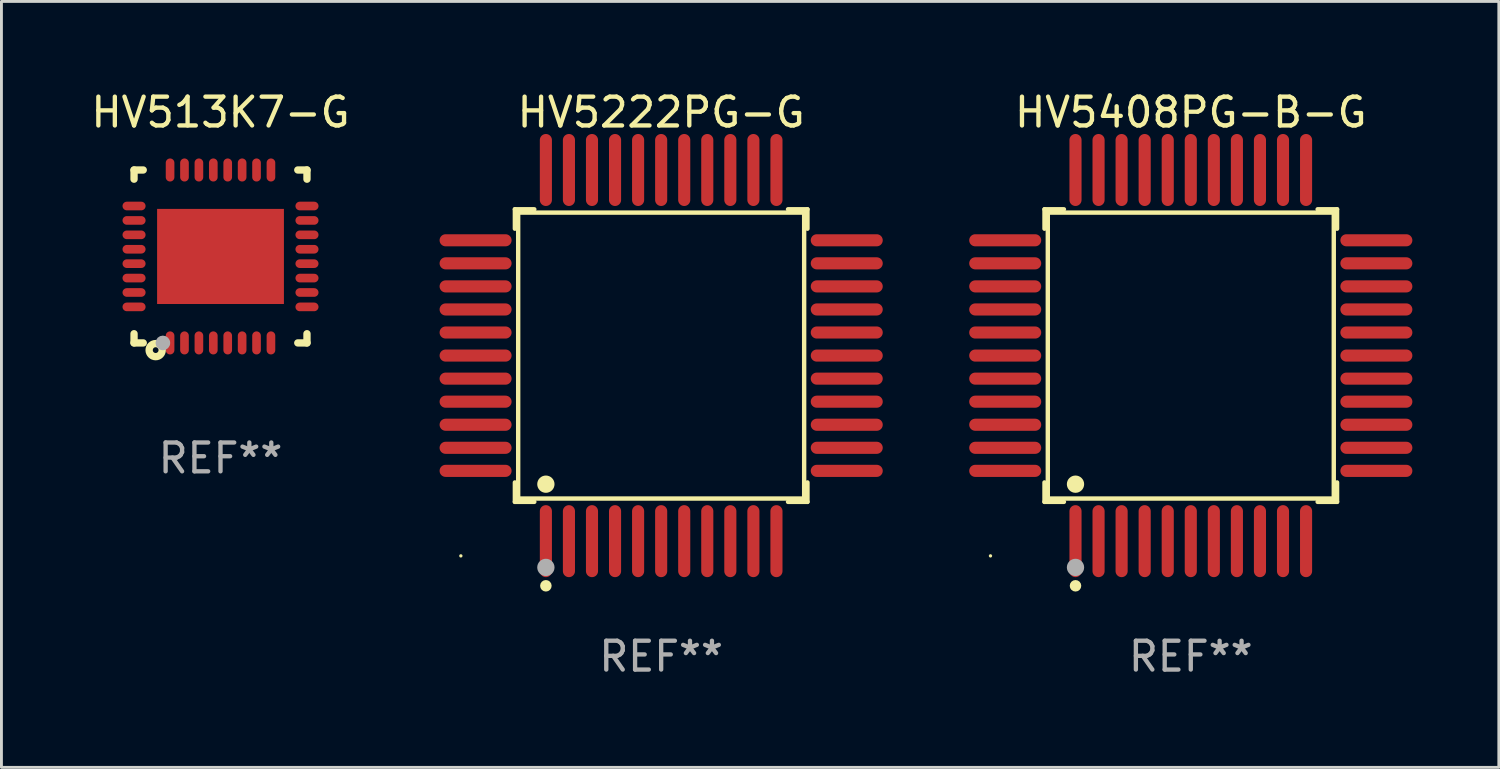
<source format=kicad_pcb>
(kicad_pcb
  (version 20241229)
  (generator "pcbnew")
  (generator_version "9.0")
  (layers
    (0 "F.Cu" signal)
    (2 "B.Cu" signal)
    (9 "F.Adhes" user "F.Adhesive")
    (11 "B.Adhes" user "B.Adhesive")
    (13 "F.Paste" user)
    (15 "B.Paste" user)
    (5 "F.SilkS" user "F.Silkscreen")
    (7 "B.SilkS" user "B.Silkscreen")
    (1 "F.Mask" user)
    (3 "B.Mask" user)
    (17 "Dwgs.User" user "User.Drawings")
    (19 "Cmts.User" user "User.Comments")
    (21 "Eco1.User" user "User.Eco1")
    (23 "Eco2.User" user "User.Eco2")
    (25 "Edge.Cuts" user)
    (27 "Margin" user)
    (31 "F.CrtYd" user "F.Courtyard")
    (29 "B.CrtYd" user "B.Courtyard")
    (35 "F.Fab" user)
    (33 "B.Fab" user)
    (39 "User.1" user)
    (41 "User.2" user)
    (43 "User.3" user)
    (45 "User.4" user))
  (footprint "HV513K7-G"
    (layer "F.Cu")
    (at 4.601 5.848)
    (property "Reference" "HV513K7-G" (at 0 -5 0) (layer "F.SilkS") (effects (font (size 1 1) (thickness 0.15))))
    (attr through_hole)
    (fp_line (start -3 -3) (end -3 -2.681) (stroke (width 0.254) (type solid)) (layer "F.SilkS"))
    (fp_line (start -3 -3) (end -2.681 -3) (stroke (width 0.254) (type solid)) (layer "F.SilkS"))
    (fp_line (start -3 2.681) (end -3 3) (stroke (width 0.254) (type solid)) (layer "F.SilkS"))
    (fp_line (start -3 3) (end -2.681 3) (stroke (width 0.254) (type solid)) (layer "F.SilkS"))
    (fp_line (start 2.681 -3) (end 3 -3) (stroke (width 0.254) (type solid)) (layer "F.SilkS"))
    (fp_line (start 2.681 3) (end 3 3) (stroke (width 0.254) (type solid)) (layer "F.SilkS"))
    (fp_line (start 3 -3) (end 3 -2.681) (stroke (width 0.254) (type solid)) (layer "F.SilkS"))
    (fp_line (start 3 2.681) (end 3 3) (stroke (width 0.254) (type solid)) (layer "F.SilkS"))
    (fp_circle (center -3 3) (end -2.97 3) (stroke (width 0.06) (type solid)) (fill no) (layer "F.SilkS"))
    (fp_circle (center -2.25 3.25) (end -2.15 3.25) (stroke (width 0.254) (type solid)) (fill no) (layer "F.SilkS"))
    (fp_circle (center -2 3) (end -1.873 3) (stroke (width 0.254) (type solid)) (fill no) (layer "F.Fab"))
    (fp_text user "REF**" (at 0 7 0) (layer "F.Fab") (effects (font (size 1 1) (thickness 0.15))))
    (pad "1" smd oval (at -1.75 3 180) (size 0.3 0.8) (layers "F.Cu" "F.Mask" "F.Paste"))
    (pad "2" smd oval (at -1.25 3 180) (size 0.3 0.8) (layers "F.Cu" "F.Mask" "F.Paste"))
    (pad "3" smd oval (at -0.75 3 180) (size 0.3 0.8) (layers "F.Cu" "F.Mask" "F.Paste"))
    (pad "4" smd oval (at -0.25 3 180) (size 0.3 0.8) (layers "F.Cu" "F.Mask" "F.Paste"))
    (pad "5" smd oval (at 0.25 3 180) (size 0.3 0.8) (layers "F.Cu" "F.Mask" "F.Paste"))
    (pad "6" smd oval (at 0.75 3 180) (size 0.3 0.8) (layers "F.Cu" "F.Mask" "F.Paste"))
    (pad "7" smd oval (at 1.25 3 180) (size 0.3 0.8) (layers "F.Cu" "F.Mask" "F.Paste"))
    (pad "8" smd oval (at 1.75 3 180) (size 0.3 0.8) (layers "F.Cu" "F.Mask" "F.Paste"))
    (pad "9" smd oval (at 3 1.75 90) (size 0.3 0.8) (layers "F.Cu" "F.Mask" "F.Paste"))
    (pad "10" smd oval (at 3 1.25 90) (size 0.3 0.8) (layers "F.Cu" "F.Mask" "F.Paste"))
    (pad "11" smd oval (at 3 0.75 90) (size 0.3 0.8) (layers "F.Cu" "F.Mask" "F.Paste"))
    (pad "12" smd oval (at 3 0.25 90) (size 0.3 0.8) (layers "F.Cu" "F.Mask" "F.Paste"))
    (pad "13" smd oval (at 3 -0.25 90) (size 0.3 0.8) (layers "F.Cu" "F.Mask" "F.Paste"))
    (pad "14" smd oval (at 3 -0.75 90) (size 0.3 0.8) (layers "F.Cu" "F.Mask" "F.Paste"))
    (pad "15" smd oval (at 3 -1.25 90) (size 0.3 0.8) (layers "F.Cu" "F.Mask" "F.Paste"))
    (pad "16" smd oval (at 3 -1.75 90) (size 0.3 0.8) (layers "F.Cu" "F.Mask" "F.Paste"))
    (pad "17" smd oval (at 1.75 -3 180) (size 0.3 0.8) (layers "F.Cu" "F.Mask" "F.Paste"))
    (pad "18" smd oval (at 1.25 -3 180) (size 0.3 0.8) (layers "F.Cu" "F.Mask" "F.Paste"))
    (pad "19" smd oval (at 0.75 -3 180) (size 0.3 0.8) (layers "F.Cu" "F.Mask" "F.Paste"))
    (pad "20" smd oval (at 0.25 -3 180) (size 0.3 0.8) (layers "F.Cu" "F.Mask" "F.Paste"))
    (pad "21" smd oval (at -0.25 -3 180) (size 0.3 0.8) (layers "F.Cu" "F.Mask" "F.Paste"))
    (pad "22" smd oval (at -0.75 -3 180) (size 0.3 0.8) (layers "F.Cu" "F.Mask" "F.Paste"))
    (pad "23" smd oval (at -1.25 -3 180) (size 0.3 0.8) (layers "F.Cu" "F.Mask" "F.Paste"))
    (pad "24" smd oval (at -1.75 -3 180) (size 0.3 0.8) (layers "F.Cu" "F.Mask" "F.Paste"))
    (pad "25" smd oval (at -3 -1.75 90) (size 0.3 0.8) (layers "F.Cu" "F.Mask" "F.Paste"))
    (pad "26" smd oval (at -3 -1.25 90) (size 0.3 0.8) (layers "F.Cu" "F.Mask" "F.Paste"))
    (pad "27" smd oval (at -3 -0.75 90) (size 0.3 0.8) (layers "F.Cu" "F.Mask" "F.Paste"))
    (pad "28" smd oval (at -3 -0.25 90) (size 0.3 0.8) (layers "F.Cu" "F.Mask" "F.Paste"))
    (pad "29" smd oval (at -3 0.25 90) (size 0.3 0.8) (layers "F.Cu" "F.Mask" "F.Paste"))
    (pad "30" smd oval (at -3 0.75 90) (size 0.3 0.8) (layers "F.Cu" "F.Mask" "F.Paste"))
    (pad "31" smd oval (at -3 1.25 90) (size 0.3 0.8) (layers "F.Cu" "F.Mask" "F.Paste"))
    (pad "32" smd oval (at -3 1.75 90) (size 0.3 0.8) (layers "F.Cu" "F.Mask" "F.Paste"))
    (pad "33" smd rect (at 0.000038 0.000038 90) (size 3.3 4.4) (layers "F.Cu" "F.Mask" "F.Paste")))
  (footprint "HV5408PG-B-G"
    (layer "F.Cu")
    (at 38.266 9.287)
    (property "Reference" "HV5408PG-B-G" (at 0 -8.439 0) (layer "F.SilkS") (effects (font (size 1 1) (thickness 0.15))))
    (attr through_hole)
    (fp_line (start -5.076 -5.076) (end -4.401 -5.076) (stroke (width 0.152) (type solid)) (layer "F.SilkS"))
    (fp_line (start -5.076 -4.401) (end -5.076 -5.076) (stroke (width 0.152) (type solid)) (layer "F.SilkS"))
    (fp_line (start -5.076 4.401) (end -5.076 5.076) (stroke (width 0.152) (type solid)) (layer "F.SilkS"))
    (fp_line (start -5.076 5.076) (end -4.401 5.076) (stroke (width 0.152) (type solid)) (layer "F.SilkS"))
    (fp_line (start -4.961 -4.961) (end 4.961 -4.961) (stroke (width 0.152) (type solid)) (layer "F.SilkS"))
    (fp_line (start -4.961 4.961) (end -4.961 -4.961) (stroke (width 0.152) (type solid)) (layer "F.SilkS"))
    (fp_line (start 4.961 -4.961) (end 4.961 4.961) (stroke (width 0.152) (type solid)) (layer "F.SilkS"))
    (fp_line (start 4.961 4.961) (end -4.961 4.961) (stroke (width 0.152) (type solid)) (layer "F.SilkS"))
    (fp_line (start 5.076 -5.076) (end 4.401 -5.076) (stroke (width 0.152) (type solid)) (layer "F.SilkS"))
    (fp_line (start 5.076 -4.401) (end 5.076 -5.076) (stroke (width 0.152) (type solid)) (layer "F.SilkS"))
    (fp_line (start 5.076 4.401) (end 5.076 5.076) (stroke (width 0.152) (type solid)) (layer "F.SilkS"))
    (fp_line (start 5.076 5.076) (end 4.401 5.076) (stroke (width 0.152) (type solid)) (layer "F.SilkS"))
    (fp_circle (center -6.95 6.95) (end -6.92 6.95) (stroke (width 0.06) (type solid)) (fill no) (layer "F.SilkS"))
    (fp_circle (center -4 4.462) (end -3.85 4.462) (stroke (width 0.3) (type solid)) (fill no) (layer "F.SilkS"))
    (fp_circle (center -4 7.988) (end -3.9 7.988) (stroke (width 0.2) (type solid)) (fill no) (layer "F.SilkS"))
    (fp_circle (center -4 7.35) (end -3.85 7.35) (stroke (width 0.3) (type solid)) (fill no) (layer "F.Fab"))
    (fp_text user "REF**" (at 0 10.439 0) (layer "F.Fab") (effects (font (size 1 1) (thickness 0.15))))
    (pad "1" smd oval (at -4 6.439) (size 0.42 2.498) (layers "F.Cu" "F.Mask" "F.Paste"))
    (pad "2" smd oval (at -3.2 6.439) (size 0.42 2.498) (layers "F.Cu" "F.Mask" "F.Paste"))
    (pad "3" smd oval (at -2.4 6.439) (size 0.42 2.498) (layers "F.Cu" "F.Mask" "F.Paste"))
    (pad "4" smd oval (at -1.6 6.439) (size 0.42 2.498) (layers "F.Cu" "F.Mask" "F.Paste"))
    (pad "5" smd oval (at -0.8 6.439) (size 0.42 2.498) (layers "F.Cu" "F.Mask" "F.Paste"))
    (pad "6" smd oval (at 0 6.439) (size 0.42 2.498) (layers "F.Cu" "F.Mask" "F.Paste"))
    (pad "7" smd oval (at 0.8 6.439) (size 0.42 2.498) (layers "F.Cu" "F.Mask" "F.Paste"))
    (pad "8" smd oval (at 1.6 6.439) (size 0.42 2.498) (layers "F.Cu" "F.Mask" "F.Paste"))
    (pad "9" smd oval (at 2.4 6.439) (size 0.42 2.498) (layers "F.Cu" "F.Mask" "F.Paste"))
    (pad "10" smd oval (at 3.2 6.439) (size 0.42 2.498) (layers "F.Cu" "F.Mask" "F.Paste"))
    (pad "11" smd oval (at 4 6.439) (size 0.42 2.498) (layers "F.Cu" "F.Mask" "F.Paste"))
    (pad "12" smd oval (at 6.439 4) (size 2.498 0.42) (layers "F.Cu" "F.Mask" "F.Paste"))
    (pad "13" smd oval (at 6.439 3.2) (size 2.498 0.42) (layers "F.Cu" "F.Mask" "F.Paste"))
    (pad "14" smd oval (at 6.439 2.4) (size 2.498 0.42) (layers "F.Cu" "F.Mask" "F.Paste"))
    (pad "15" smd oval (at 6.439 1.6) (size 2.498 0.42) (layers "F.Cu" "F.Mask" "F.Paste"))
    (pad "16" smd oval (at 6.439 0.8) (size 2.498 0.42) (layers "F.Cu" "F.Mask" "F.Paste"))
    (pad "17" smd oval (at 6.439 0) (size 2.498 0.42) (layers "F.Cu" "F.Mask" "F.Paste"))
    (pad "18" smd oval (at 6.439 -0.8) (size 2.498 0.42) (layers "F.Cu" "F.Mask" "F.Paste"))
    (pad "19" smd oval (at 6.439 -1.6) (size 2.498 0.42) (layers "F.Cu" "F.Mask" "F.Paste"))
    (pad "20" smd oval (at 6.439 -2.4) (size 2.498 0.42) (layers "F.Cu" "F.Mask" "F.Paste"))
    (pad "21" smd oval (at 6.439 -3.2) (size 2.498 0.42) (layers "F.Cu" "F.Mask" "F.Paste"))
    (pad "22" smd oval (at 6.439 -4) (size 2.498 0.42) (layers "F.Cu" "F.Mask" "F.Paste"))
    (pad "23" smd oval (at 4 -6.439) (size 0.42 2.498) (layers "F.Cu" "F.Mask" "F.Paste"))
    (pad "24" smd oval (at 3.2 -6.439) (size 0.42 2.498) (layers "F.Cu" "F.Mask" "F.Paste"))
    (pad "25" smd oval (at 2.4 -6.439) (size 0.42 2.498) (layers "F.Cu" "F.Mask" "F.Paste"))
    (pad "26" smd oval (at 1.6 -6.439) (size 0.42 2.498) (layers "F.Cu" "F.Mask" "F.Paste"))
    (pad "27" smd oval (at 0.8 -6.439) (size 0.42 2.498) (layers "F.Cu" "F.Mask" "F.Paste"))
    (pad "28" smd oval (at 0 -6.439) (size 0.42 2.498) (layers "F.Cu" "F.Mask" "F.Paste"))
    (pad "29" smd oval (at -0.8 -6.439) (size 0.42 2.498) (layers "F.Cu" "F.Mask" "F.Paste"))
    (pad "30" smd oval (at -1.6 -6.439) (size 0.42 2.498) (layers "F.Cu" "F.Mask" "F.Paste"))
    (pad "31" smd oval (at -2.4 -6.439) (size 0.42 2.498) (layers "F.Cu" "F.Mask" "F.Paste"))
    (pad "32" smd oval (at -3.2 -6.439) (size 0.42 2.498) (layers "F.Cu" "F.Mask" "F.Paste"))
    (pad "33" smd oval (at -4 -6.439) (size 0.42 2.498) (layers "F.Cu" "F.Mask" "F.Paste"))
    (pad "34" smd oval (at -6.439 -4) (size 2.498 0.42) (layers "F.Cu" "F.Mask" "F.Paste"))
    (pad "35" smd oval (at -6.439 -3.2) (size 2.498 0.42) (layers "F.Cu" "F.Mask" "F.Paste"))
    (pad "36" smd oval (at -6.439 -2.4) (size 2.498 0.42) (layers "F.Cu" "F.Mask" "F.Paste"))
    (pad "37" smd oval (at -6.439 -1.6) (size 2.498 0.42) (layers "F.Cu" "F.Mask" "F.Paste"))
    (pad "38" smd oval (at -6.439 -0.8) (size 2.498 0.42) (layers "F.Cu" "F.Mask" "F.Paste"))
    (pad "39" smd oval (at -6.439 0) (size 2.498 0.42) (layers "F.Cu" "F.Mask" "F.Paste"))
    (pad "40" smd oval (at -6.439 0.8) (size 2.498 0.42) (layers "F.Cu" "F.Mask" "F.Paste"))
    (pad "41" smd oval (at -6.439 1.6) (size 2.498 0.42) (layers "F.Cu" "F.Mask" "F.Paste"))
    (pad "42" smd oval (at -6.439 2.4) (size 2.498 0.42) (layers "F.Cu" "F.Mask" "F.Paste"))
    (pad "43" smd oval (at -6.439 3.2) (size 2.498 0.42) (layers "F.Cu" "F.Mask" "F.Paste"))
    (pad "44" smd oval (at -6.439 4) (size 2.498 0.42) (layers "F.Cu" "F.Mask" "F.Paste")))
  (footprint "HV5222PG-G"
    (layer "F.Cu")
    (at 19.89 9.287)
    (property "Reference" "HV5222PG-G" (at 0 -8.439 0) (layer "F.SilkS") (effects (font (size 1 1) (thickness 0.15))))
    (attr through_hole)
    (fp_line (start -5.076 -5.076) (end -4.401 -5.076) (stroke (width 0.152) (type solid)) (layer "F.SilkS"))
    (fp_line (start -5.076 -4.401) (end -5.076 -5.076) (stroke (width 0.152) (type solid)) (layer "F.SilkS"))
    (fp_line (start -5.076 4.401) (end -5.076 5.076) (stroke (width 0.152) (type solid)) (layer "F.SilkS"))
    (fp_line (start -5.076 5.076) (end -4.401 5.076) (stroke (width 0.152) (type solid)) (layer "F.SilkS"))
    (fp_line (start -4.961 -4.961) (end 4.961 -4.961) (stroke (width 0.152) (type solid)) (layer "F.SilkS"))
    (fp_line (start -4.961 4.961) (end -4.961 -4.961) (stroke (width 0.152) (type solid)) (layer "F.SilkS"))
    (fp_line (start 4.961 -4.961) (end 4.961 4.961) (stroke (width 0.152) (type solid)) (layer "F.SilkS"))
    (fp_line (start 4.961 4.961) (end -4.961 4.961) (stroke (width 0.152) (type solid)) (layer "F.SilkS"))
    (fp_line (start 5.076 -5.076) (end 4.401 -5.076) (stroke (width 0.152) (type solid)) (layer "F.SilkS"))
    (fp_line (start 5.076 -4.401) (end 5.076 -5.076) (stroke (width 0.152) (type solid)) (layer "F.SilkS"))
    (fp_line (start 5.076 4.401) (end 5.076 5.076) (stroke (width 0.152) (type solid)) (layer "F.SilkS"))
    (fp_line (start 5.076 5.076) (end 4.401 5.076) (stroke (width 0.152) (type solid)) (layer "F.SilkS"))
    (fp_circle (center -6.95 6.95) (end -6.92 6.95) (stroke (width 0.06) (type solid)) (fill no) (layer "F.SilkS"))
    (fp_circle (center -4 4.462) (end -3.85 4.462) (stroke (width 0.3) (type solid)) (fill no) (layer "F.SilkS"))
    (fp_circle (center -4 7.988) (end -3.9 7.988) (stroke (width 0.2) (type solid)) (fill no) (layer "F.SilkS"))
    (fp_circle (center -4 7.35) (end -3.85 7.35) (stroke (width 0.3) (type solid)) (fill no) (layer "F.Fab"))
    (fp_text user "REF**" (at 0 10.439 0) (layer "F.Fab") (effects (font (size 1 1) (thickness 0.15))))
    (pad "1" smd oval (at -4 6.439) (size 0.42 2.498) (layers "F.Cu" "F.Mask" "F.Paste"))
    (pad "2" smd oval (at -3.2 6.439) (size 0.42 2.498) (layers "F.Cu" "F.Mask" "F.Paste"))
    (pad "3" smd oval (at -2.4 6.439) (size 0.42 2.498) (layers "F.Cu" "F.Mask" "F.Paste"))
    (pad "4" smd oval (at -1.6 6.439) (size 0.42 2.498) (layers "F.Cu" "F.Mask" "F.Paste"))
    (pad "5" smd oval (at -0.8 6.439) (size 0.42 2.498) (layers "F.Cu" "F.Mask" "F.Paste"))
    (pad "6" smd oval (at 0 6.439) (size 0.42 2.498) (layers "F.Cu" "F.Mask" "F.Paste"))
    (pad "7" smd oval (at 0.8 6.439) (size 0.42 2.498) (layers "F.Cu" "F.Mask" "F.Paste"))
    (pad "8" smd oval (at 1.6 6.439) (size 0.42 2.498) (layers "F.Cu" "F.Mask" "F.Paste"))
    (pad "9" smd oval (at 2.4 6.439) (size 0.42 2.498) (layers "F.Cu" "F.Mask" "F.Paste"))
    (pad "10" smd oval (at 3.2 6.439) (size 0.42 2.498) (layers "F.Cu" "F.Mask" "F.Paste"))
    (pad "11" smd oval (at 4 6.439) (size 0.42 2.498) (layers "F.Cu" "F.Mask" "F.Paste"))
    (pad "12" smd oval (at 6.439 4) (size 2.498 0.42) (layers "F.Cu" "F.Mask" "F.Paste"))
    (pad "13" smd oval (at 6.439 3.2) (size 2.498 0.42) (layers "F.Cu" "F.Mask" "F.Paste"))
    (pad "14" smd oval (at 6.439 2.4) (size 2.498 0.42) (layers "F.Cu" "F.Mask" "F.Paste"))
    (pad "15" smd oval (at 6.439 1.6) (size 2.498 0.42) (layers "F.Cu" "F.Mask" "F.Paste"))
    (pad "16" smd oval (at 6.439 0.8) (size 2.498 0.42) (layers "F.Cu" "F.Mask" "F.Paste"))
    (pad "17" smd oval (at 6.439 0) (size 2.498 0.42) (layers "F.Cu" "F.Mask" "F.Paste"))
    (pad "18" smd oval (at 6.439 -0.8) (size 2.498 0.42) (layers "F.Cu" "F.Mask" "F.Paste"))
    (pad "19" smd oval (at 6.439 -1.6) (size 2.498 0.42) (layers "F.Cu" "F.Mask" "F.Paste"))
    (pad "20" smd oval (at 6.439 -2.4) (size 2.498 0.42) (layers "F.Cu" "F.Mask" "F.Paste"))
    (pad "21" smd oval (at 6.439 -3.2) (size 2.498 0.42) (layers "F.Cu" "F.Mask" "F.Paste"))
    (pad "22" smd oval (at 6.439 -4) (size 2.498 0.42) (layers "F.Cu" "F.Mask" "F.Paste"))
    (pad "23" smd oval (at 4 -6.439) (size 0.42 2.498) (layers "F.Cu" "F.Mask" "F.Paste"))
    (pad "24" smd oval (at 3.2 -6.439) (size 0.42 2.498) (layers "F.Cu" "F.Mask" "F.Paste"))
    (pad "25" smd oval (at 2.4 -6.439) (size 0.42 2.498) (layers "F.Cu" "F.Mask" "F.Paste"))
    (pad "26" smd oval (at 1.6 -6.439) (size 0.42 2.498) (layers "F.Cu" "F.Mask" "F.Paste"))
    (pad "27" smd oval (at 0.8 -6.439) (size 0.42 2.498) (layers "F.Cu" "F.Mask" "F.Paste"))
    (pad "28" smd oval (at 0 -6.439) (size 0.42 2.498) (layers "F.Cu" "F.Mask" "F.Paste"))
    (pad "29" smd oval (at -0.8 -6.439) (size 0.42 2.498) (layers "F.Cu" "F.Mask" "F.Paste"))
    (pad "30" smd oval (at -1.6 -6.439) (size 0.42 2.498) (layers "F.Cu" "F.Mask" "F.Paste"))
    (pad "31" smd oval (at -2.4 -6.439) (size 0.42 2.498) (layers "F.Cu" "F.Mask" "F.Paste"))
    (pad "32" smd oval (at -3.2 -6.439) (size 0.42 2.498) (layers "F.Cu" "F.Mask" "F.Paste"))
    (pad "33" smd oval (at -4 -6.439) (size 0.42 2.498) (layers "F.Cu" "F.Mask" "F.Paste"))
    (pad "34" smd oval (at -6.439 -4) (size 2.498 0.42) (layers "F.Cu" "F.Mask" "F.Paste"))
    (pad "35" smd oval (at -6.439 -3.2) (size 2.498 0.42) (layers "F.Cu" "F.Mask" "F.Paste"))
    (pad "36" smd oval (at -6.439 -2.4) (size 2.498 0.42) (layers "F.Cu" "F.Mask" "F.Paste"))
    (pad "37" smd oval (at -6.439 -1.6) (size 2.498 0.42) (layers "F.Cu" "F.Mask" "F.Paste"))
    (pad "38" smd oval (at -6.439 -0.8) (size 2.498 0.42) (layers "F.Cu" "F.Mask" "F.Paste"))
    (pad "39" smd oval (at -6.439 0) (size 2.498 0.42) (layers "F.Cu" "F.Mask" "F.Paste"))
    (pad "40" smd oval (at -6.439 0.8) (size 2.498 0.42) (layers "F.Cu" "F.Mask" "F.Paste"))
    (pad "41" smd oval (at -6.439 1.6) (size 2.498 0.42) (layers "F.Cu" "F.Mask" "F.Paste"))
    (pad "42" smd oval (at -6.439 2.4) (size 2.498 0.42) (layers "F.Cu" "F.Mask" "F.Paste"))
    (pad "43" smd oval (at -6.439 3.2) (size 2.498 0.42) (layers "F.Cu" "F.Mask" "F.Paste"))
    (pad "44" smd oval (at -6.439 4) (size 2.498 0.42) (layers "F.Cu" "F.Mask" "F.Paste")))
  (gr_rect
    (start -3 -3)
    (end 48.954 23.574)
    (stroke (width 0.1) (type default))
    (fill no)
    (layer "Edge.Cuts")))
</source>
